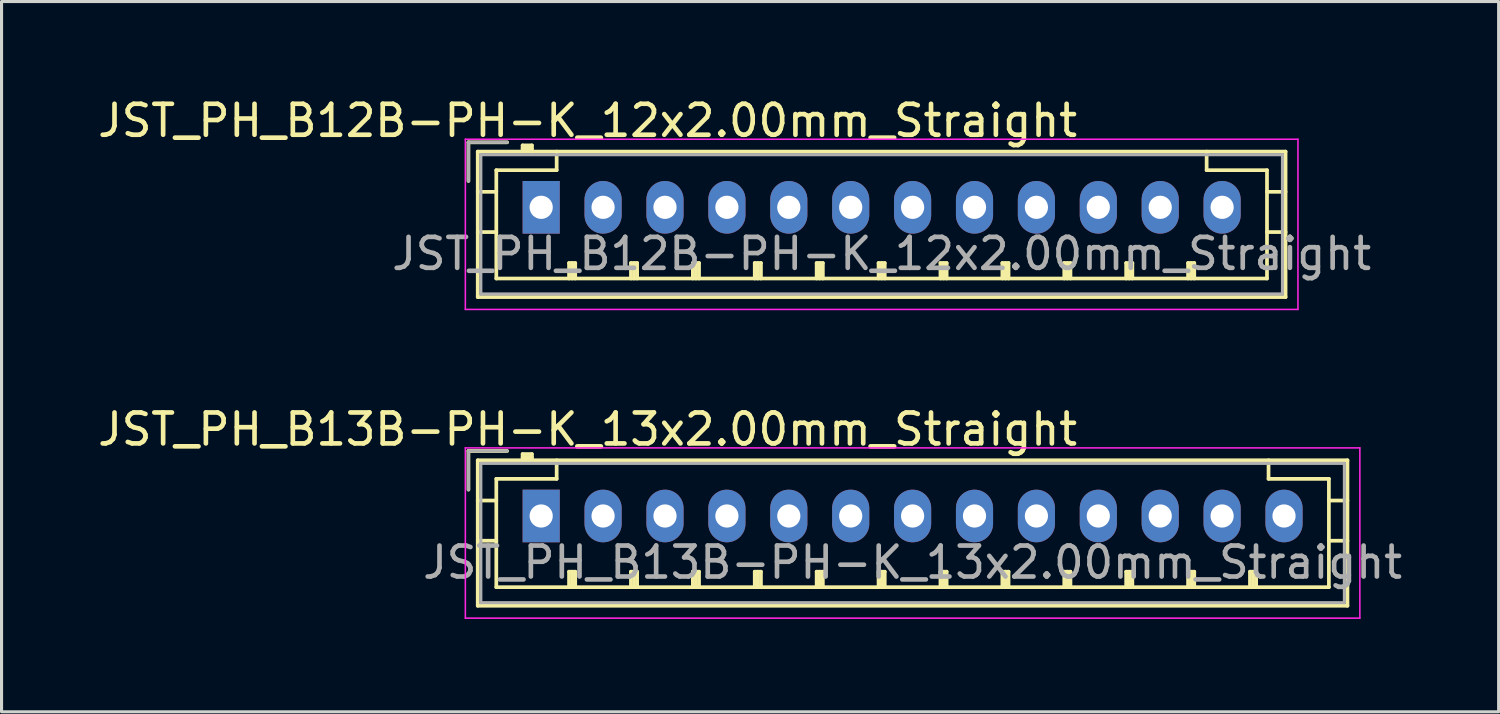
<source format=kicad_pcb>
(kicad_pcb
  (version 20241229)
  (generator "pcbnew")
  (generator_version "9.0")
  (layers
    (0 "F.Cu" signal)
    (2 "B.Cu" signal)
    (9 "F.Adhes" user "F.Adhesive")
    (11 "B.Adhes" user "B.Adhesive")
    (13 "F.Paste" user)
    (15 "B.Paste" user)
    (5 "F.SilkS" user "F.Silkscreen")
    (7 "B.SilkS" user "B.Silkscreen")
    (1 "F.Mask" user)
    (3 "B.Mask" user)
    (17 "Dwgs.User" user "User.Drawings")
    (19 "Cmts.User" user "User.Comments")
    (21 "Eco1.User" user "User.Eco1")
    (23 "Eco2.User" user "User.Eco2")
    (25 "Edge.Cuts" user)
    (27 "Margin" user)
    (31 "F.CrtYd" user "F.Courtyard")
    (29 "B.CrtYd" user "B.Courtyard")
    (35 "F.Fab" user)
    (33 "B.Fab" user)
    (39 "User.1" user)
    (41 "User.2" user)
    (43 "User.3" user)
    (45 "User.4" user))
  (footprint "JST_PH_B12B-PH-K_12x2.00mm_Straight"
    (layer "F.Cu")
    (at 14.435 3.648)
    (property "Reference" "JST_PH_B12B-PH-K_12x2.00mm_Straight" (at 1.5 -2.8 0) (layer "F.SilkS") (effects (font (size 1 1) (thickness 0.15))))
    (attr through_hole)
    (fp_line (start -2.35 -2.1) (end -2.35 -0.85) (stroke (width 0.12) (type solid)) (layer "F.SilkS"))
    (fp_line (start -2.05 -1.8) (end -2.05 2.9) (stroke (width 0.12) (type solid)) (layer "F.SilkS"))
    (fp_line (start -2.05 -0.5) (end -1.45 -0.5) (stroke (width 0.12) (type solid)) (layer "F.SilkS"))
    (fp_line (start -2.05 0.8) (end -1.45 0.8) (stroke (width 0.12) (type solid)) (layer "F.SilkS"))
    (fp_line (start -2.05 2.9) (end 24.05 2.9) (stroke (width 0.12) (type solid)) (layer "F.SilkS"))
    (fp_line (start -1.45 -1.2) (end -1.45 2.3) (stroke (width 0.12) (type solid)) (layer "F.SilkS"))
    (fp_line (start -1.45 2.3) (end 23.45 2.3) (stroke (width 0.12) (type solid)) (layer "F.SilkS"))
    (fp_line (start -1.1 -2.1) (end -2.35 -2.1) (stroke (width 0.12) (type solid)) (layer "F.SilkS"))
    (fp_line (start -0.6 -2) (end -0.6 -1.8) (stroke (width 0.12) (type solid)) (layer "F.SilkS"))
    (fp_line (start -0.3 -2) (end -0.6 -2) (stroke (width 0.12) (type solid)) (layer "F.SilkS"))
    (fp_line (start -0.3 -1.9) (end -0.6 -1.9) (stroke (width 0.12) (type solid)) (layer "F.SilkS"))
    (fp_line (start -0.3 -1.8) (end -0.3 -2) (stroke (width 0.12) (type solid)) (layer "F.SilkS"))
    (fp_line (start 0.5 -1.8) (end 0.5 -1.2) (stroke (width 0.12) (type solid)) (layer "F.SilkS"))
    (fp_line (start 0.5 -1.2) (end -1.45 -1.2) (stroke (width 0.12) (type solid)) (layer "F.SilkS"))
    (fp_line (start 0.9 1.8) (end 1.1 1.8) (stroke (width 0.12) (type solid)) (layer "F.SilkS"))
    (fp_line (start 0.9 2.3) (end 0.9 1.8) (stroke (width 0.12) (type solid)) (layer "F.SilkS"))
    (fp_line (start 1 2.3) (end 1 1.8) (stroke (width 0.12) (type solid)) (layer "F.SilkS"))
    (fp_line (start 1.1 1.8) (end 1.1 2.3) (stroke (width 0.12) (type solid)) (layer "F.SilkS"))
    (fp_line (start 2.9 1.8) (end 3.1 1.8) (stroke (width 0.12) (type solid)) (layer "F.SilkS"))
    (fp_line (start 2.9 2.3) (end 2.9 1.8) (stroke (width 0.12) (type solid)) (layer "F.SilkS"))
    (fp_line (start 3 2.3) (end 3 1.8) (stroke (width 0.12) (type solid)) (layer "F.SilkS"))
    (fp_line (start 3.1 1.8) (end 3.1 2.3) (stroke (width 0.12) (type solid)) (layer "F.SilkS"))
    (fp_line (start 4.9 1.8) (end 5.1 1.8) (stroke (width 0.12) (type solid)) (layer "F.SilkS"))
    (fp_line (start 4.9 2.3) (end 4.9 1.8) (stroke (width 0.12) (type solid)) (layer "F.SilkS"))
    (fp_line (start 5 2.3) (end 5 1.8) (stroke (width 0.12) (type solid)) (layer "F.SilkS"))
    (fp_line (start 5.1 1.8) (end 5.1 2.3) (stroke (width 0.12) (type solid)) (layer "F.SilkS"))
    (fp_line (start 6.9 1.8) (end 7.1 1.8) (stroke (width 0.12) (type solid)) (layer "F.SilkS"))
    (fp_line (start 6.9 2.3) (end 6.9 1.8) (stroke (width 0.12) (type solid)) (layer "F.SilkS"))
    (fp_line (start 7 2.3) (end 7 1.8) (stroke (width 0.12) (type solid)) (layer "F.SilkS"))
    (fp_line (start 7.1 1.8) (end 7.1 2.3) (stroke (width 0.12) (type solid)) (layer "F.SilkS"))
    (fp_line (start 8.9 1.8) (end 9.1 1.8) (stroke (width 0.12) (type solid)) (layer "F.SilkS"))
    (fp_line (start 8.9 2.3) (end 8.9 1.8) (stroke (width 0.12) (type solid)) (layer "F.SilkS"))
    (fp_line (start 9 2.3) (end 9 1.8) (stroke (width 0.12) (type solid)) (layer "F.SilkS"))
    (fp_line (start 9.1 1.8) (end 9.1 2.3) (stroke (width 0.12) (type solid)) (layer "F.SilkS"))
    (fp_line (start 10.9 1.8) (end 11.1 1.8) (stroke (width 0.12) (type solid)) (layer "F.SilkS"))
    (fp_line (start 10.9 2.3) (end 10.9 1.8) (stroke (width 0.12) (type solid)) (layer "F.SilkS"))
    (fp_line (start 11 2.3) (end 11 1.8) (stroke (width 0.12) (type solid)) (layer "F.SilkS"))
    (fp_line (start 11.1 1.8) (end 11.1 2.3) (stroke (width 0.12) (type solid)) (layer "F.SilkS"))
    (fp_line (start 12.9 1.8) (end 13.1 1.8) (stroke (width 0.12) (type solid)) (layer "F.SilkS"))
    (fp_line (start 12.9 2.3) (end 12.9 1.8) (stroke (width 0.12) (type solid)) (layer "F.SilkS"))
    (fp_line (start 13 2.3) (end 13 1.8) (stroke (width 0.12) (type solid)) (layer "F.SilkS"))
    (fp_line (start 13.1 1.8) (end 13.1 2.3) (stroke (width 0.12) (type solid)) (layer "F.SilkS"))
    (fp_line (start 14.9 1.8) (end 15.1 1.8) (stroke (width 0.12) (type solid)) (layer "F.SilkS"))
    (fp_line (start 14.9 2.3) (end 14.9 1.8) (stroke (width 0.12) (type solid)) (layer "F.SilkS"))
    (fp_line (start 15 2.3) (end 15 1.8) (stroke (width 0.12) (type solid)) (layer "F.SilkS"))
    (fp_line (start 15.1 1.8) (end 15.1 2.3) (stroke (width 0.12) (type solid)) (layer "F.SilkS"))
    (fp_line (start 16.9 1.8) (end 17.1 1.8) (stroke (width 0.12) (type solid)) (layer "F.SilkS"))
    (fp_line (start 16.9 2.3) (end 16.9 1.8) (stroke (width 0.12) (type solid)) (layer "F.SilkS"))
    (fp_line (start 17 2.3) (end 17 1.8) (stroke (width 0.12) (type solid)) (layer "F.SilkS"))
    (fp_line (start 17.1 1.8) (end 17.1 2.3) (stroke (width 0.12) (type solid)) (layer "F.SilkS"))
    (fp_line (start 18.9 1.8) (end 19.1 1.8) (stroke (width 0.12) (type solid)) (layer "F.SilkS"))
    (fp_line (start 18.9 2.3) (end 18.9 1.8) (stroke (width 0.12) (type solid)) (layer "F.SilkS"))
    (fp_line (start 19 2.3) (end 19 1.8) (stroke (width 0.12) (type solid)) (layer "F.SilkS"))
    (fp_line (start 19.1 1.8) (end 19.1 2.3) (stroke (width 0.12) (type solid)) (layer "F.SilkS"))
    (fp_line (start 20.9 1.8) (end 21.1 1.8) (stroke (width 0.12) (type solid)) (layer "F.SilkS"))
    (fp_line (start 20.9 2.3) (end 20.9 1.8) (stroke (width 0.12) (type solid)) (layer "F.SilkS"))
    (fp_line (start 21 2.3) (end 21 1.8) (stroke (width 0.12) (type solid)) (layer "F.SilkS"))
    (fp_line (start 21.1 1.8) (end 21.1 2.3) (stroke (width 0.12) (type solid)) (layer "F.SilkS"))
    (fp_line (start 21.5 -1.2) (end 21.5 -1.8) (stroke (width 0.12) (type solid)) (layer "F.SilkS"))
    (fp_line (start 23.45 -1.2) (end 21.5 -1.2) (stroke (width 0.12) (type solid)) (layer "F.SilkS"))
    (fp_line (start 23.45 2.3) (end 23.45 -1.2) (stroke (width 0.12) (type solid)) (layer "F.SilkS"))
    (fp_line (start 24.05 -1.8) (end -2.05 -1.8) (stroke (width 0.12) (type solid)) (layer "F.SilkS"))
    (fp_line (start 24.05 -0.5) (end 23.45 -0.5) (stroke (width 0.12) (type solid)) (layer "F.SilkS"))
    (fp_line (start 24.05 0.8) (end 23.45 0.8) (stroke (width 0.12) (type solid)) (layer "F.SilkS"))
    (fp_line (start 24.05 2.9) (end 24.05 -1.8) (stroke (width 0.12) (type solid)) (layer "F.SilkS"))
    (fp_line (start -2.45 -2.2) (end -2.45 3.3) (stroke (width 0.05) (type solid)) (layer "F.CrtYd"))
    (fp_line (start -2.45 3.3) (end 24.45 3.3) (stroke (width 0.05) (type solid)) (layer "F.CrtYd"))
    (fp_line (start 24.45 -2.2) (end -2.45 -2.2) (stroke (width 0.05) (type solid)) (layer "F.CrtYd"))
    (fp_line (start 24.45 3.3) (end 24.45 -2.2) (stroke (width 0.05) (type solid)) (layer "F.CrtYd"))
    (fp_line (start -2.35 -2.1) (end -2.35 -0.85) (stroke (width 0.1) (type solid)) (layer "F.Fab"))
    (fp_line (start -1.95 -1.7) (end -1.95 2.8) (stroke (width 0.1) (type solid)) (layer "F.Fab"))
    (fp_line (start -1.95 2.8) (end 23.95 2.8) (stroke (width 0.1) (type solid)) (layer "F.Fab"))
    (fp_line (start -1.1 -2.1) (end -2.35 -2.1) (stroke (width 0.1) (type solid)) (layer "F.Fab"))
    (fp_line (start 23.95 -1.7) (end -1.95 -1.7) (stroke (width 0.1) (type solid)) (layer "F.Fab"))
    (fp_line (start 23.95 2.8) (end 23.95 -1.7) (stroke (width 0.1) (type solid)) (layer "F.Fab"))
    (fp_text user "${REFERENCE}" (at 11 1.5 0) (layer "F.Fab") (effects (font (size 1 1) (thickness 0.15))))
    (pad "1" thru_hole rect (at 0 0) (size 1.2 1.7) (drill 0.75) (layers "*.Cu" "*.Mask"))
    (pad "2" thru_hole oval (at 2 0) (size 1.2 1.7) (drill 0.75) (layers "*.Cu" "*.Mask"))
    (pad "3" thru_hole oval (at 4 0) (size 1.2 1.7) (drill 0.75) (layers "*.Cu" "*.Mask"))
    (pad "4" thru_hole oval (at 6 0) (size 1.2 1.7) (drill 0.75) (layers "*.Cu" "*.Mask"))
    (pad "5" thru_hole oval (at 8 0) (size 1.2 1.7) (drill 0.75) (layers "*.Cu" "*.Mask"))
    (pad "6" thru_hole oval (at 10 0) (size 1.2 1.7) (drill 0.75) (layers "*.Cu" "*.Mask"))
    (pad "7" thru_hole oval (at 12 0) (size 1.2 1.7) (drill 0.75) (layers "*.Cu" "*.Mask"))
    (pad "8" thru_hole oval (at 14 0) (size 1.2 1.7) (drill 0.75) (layers "*.Cu" "*.Mask"))
    (pad "9" thru_hole oval (at 16 0) (size 1.2 1.7) (drill 0.75) (layers "*.Cu" "*.Mask"))
    (pad "10" thru_hole oval (at 18 0) (size 1.2 1.7) (drill 0.75) (layers "*.Cu" "*.Mask"))
    (pad "11" thru_hole oval (at 20 0) (size 1.2 1.7) (drill 0.75) (layers "*.Cu" "*.Mask"))
    (pad "12" thru_hole oval (at 22 0) (size 1.2 1.7) (drill 0.75) (layers "*.Cu" "*.Mask")))
  (footprint "JST_PH_B13B-PH-K_13x2.00mm_Straight"
    (layer "F.Cu")
    (at 14.435 13.621)
    (property "Reference" "JST_PH_B13B-PH-K_13x2.00mm_Straight" (at 1.5 -2.8 0) (layer "F.SilkS") (effects (font (size 1 1) (thickness 0.15))))
    (attr through_hole)
    (fp_line (start -2.35 -2.1) (end -2.35 -0.85) (stroke (width 0.12) (type solid)) (layer "F.SilkS"))
    (fp_line (start -2.05 -1.8) (end -2.05 2.9) (stroke (width 0.12) (type solid)) (layer "F.SilkS"))
    (fp_line (start -2.05 -0.5) (end -1.45 -0.5) (stroke (width 0.12) (type solid)) (layer "F.SilkS"))
    (fp_line (start -2.05 0.8) (end -1.45 0.8) (stroke (width 0.12) (type solid)) (layer "F.SilkS"))
    (fp_line (start -2.05 2.9) (end 26.05 2.9) (stroke (width 0.12) (type solid)) (layer "F.SilkS"))
    (fp_line (start -1.45 -1.2) (end -1.45 2.3) (stroke (width 0.12) (type solid)) (layer "F.SilkS"))
    (fp_line (start -1.45 2.3) (end 25.45 2.3) (stroke (width 0.12) (type solid)) (layer "F.SilkS"))
    (fp_line (start -1.1 -2.1) (end -2.35 -2.1) (stroke (width 0.12) (type solid)) (layer "F.SilkS"))
    (fp_line (start -0.6 -2) (end -0.6 -1.8) (stroke (width 0.12) (type solid)) (layer "F.SilkS"))
    (fp_line (start -0.3 -2) (end -0.6 -2) (stroke (width 0.12) (type solid)) (layer "F.SilkS"))
    (fp_line (start -0.3 -1.9) (end -0.6 -1.9) (stroke (width 0.12) (type solid)) (layer "F.SilkS"))
    (fp_line (start -0.3 -1.8) (end -0.3 -2) (stroke (width 0.12) (type solid)) (layer "F.SilkS"))
    (fp_line (start 0.5 -1.8) (end 0.5 -1.2) (stroke (width 0.12) (type solid)) (layer "F.SilkS"))
    (fp_line (start 0.5 -1.2) (end -1.45 -1.2) (stroke (width 0.12) (type solid)) (layer "F.SilkS"))
    (fp_line (start 0.9 1.8) (end 1.1 1.8) (stroke (width 0.12) (type solid)) (layer "F.SilkS"))
    (fp_line (start 0.9 2.3) (end 0.9 1.8) (stroke (width 0.12) (type solid)) (layer "F.SilkS"))
    (fp_line (start 1 2.3) (end 1 1.8) (stroke (width 0.12) (type solid)) (layer "F.SilkS"))
    (fp_line (start 1.1 1.8) (end 1.1 2.3) (stroke (width 0.12) (type solid)) (layer "F.SilkS"))
    (fp_line (start 2.9 1.8) (end 3.1 1.8) (stroke (width 0.12) (type solid)) (layer "F.SilkS"))
    (fp_line (start 2.9 2.3) (end 2.9 1.8) (stroke (width 0.12) (type solid)) (layer "F.SilkS"))
    (fp_line (start 3 2.3) (end 3 1.8) (stroke (width 0.12) (type solid)) (layer "F.SilkS"))
    (fp_line (start 3.1 1.8) (end 3.1 2.3) (stroke (width 0.12) (type solid)) (layer "F.SilkS"))
    (fp_line (start 4.9 1.8) (end 5.1 1.8) (stroke (width 0.12) (type solid)) (layer "F.SilkS"))
    (fp_line (start 4.9 2.3) (end 4.9 1.8) (stroke (width 0.12) (type solid)) (layer "F.SilkS"))
    (fp_line (start 5 2.3) (end 5 1.8) (stroke (width 0.12) (type solid)) (layer "F.SilkS"))
    (fp_line (start 5.1 1.8) (end 5.1 2.3) (stroke (width 0.12) (type solid)) (layer "F.SilkS"))
    (fp_line (start 6.9 1.8) (end 7.1 1.8) (stroke (width 0.12) (type solid)) (layer "F.SilkS"))
    (fp_line (start 6.9 2.3) (end 6.9 1.8) (stroke (width 0.12) (type solid)) (layer "F.SilkS"))
    (fp_line (start 7 2.3) (end 7 1.8) (stroke (width 0.12) (type solid)) (layer "F.SilkS"))
    (fp_line (start 7.1 1.8) (end 7.1 2.3) (stroke (width 0.12) (type solid)) (layer "F.SilkS"))
    (fp_line (start 8.9 1.8) (end 9.1 1.8) (stroke (width 0.12) (type solid)) (layer "F.SilkS"))
    (fp_line (start 8.9 2.3) (end 8.9 1.8) (stroke (width 0.12) (type solid)) (layer "F.SilkS"))
    (fp_line (start 9 2.3) (end 9 1.8) (stroke (width 0.12) (type solid)) (layer "F.SilkS"))
    (fp_line (start 9.1 1.8) (end 9.1 2.3) (stroke (width 0.12) (type solid)) (layer "F.SilkS"))
    (fp_line (start 10.9 1.8) (end 11.1 1.8) (stroke (width 0.12) (type solid)) (layer "F.SilkS"))
    (fp_line (start 10.9 2.3) (end 10.9 1.8) (stroke (width 0.12) (type solid)) (layer "F.SilkS"))
    (fp_line (start 11 2.3) (end 11 1.8) (stroke (width 0.12) (type solid)) (layer "F.SilkS"))
    (fp_line (start 11.1 1.8) (end 11.1 2.3) (stroke (width 0.12) (type solid)) (layer "F.SilkS"))
    (fp_line (start 12.9 1.8) (end 13.1 1.8) (stroke (width 0.12) (type solid)) (layer "F.SilkS"))
    (fp_line (start 12.9 2.3) (end 12.9 1.8) (stroke (width 0.12) (type solid)) (layer "F.SilkS"))
    (fp_line (start 13 2.3) (end 13 1.8) (stroke (width 0.12) (type solid)) (layer "F.SilkS"))
    (fp_line (start 13.1 1.8) (end 13.1 2.3) (stroke (width 0.12) (type solid)) (layer "F.SilkS"))
    (fp_line (start 14.9 1.8) (end 15.1 1.8) (stroke (width 0.12) (type solid)) (layer "F.SilkS"))
    (fp_line (start 14.9 2.3) (end 14.9 1.8) (stroke (width 0.12) (type solid)) (layer "F.SilkS"))
    (fp_line (start 15 2.3) (end 15 1.8) (stroke (width 0.12) (type solid)) (layer "F.SilkS"))
    (fp_line (start 15.1 1.8) (end 15.1 2.3) (stroke (width 0.12) (type solid)) (layer "F.SilkS"))
    (fp_line (start 16.9 1.8) (end 17.1 1.8) (stroke (width 0.12) (type solid)) (layer "F.SilkS"))
    (fp_line (start 16.9 2.3) (end 16.9 1.8) (stroke (width 0.12) (type solid)) (layer "F.SilkS"))
    (fp_line (start 17 2.3) (end 17 1.8) (stroke (width 0.12) (type solid)) (layer "F.SilkS"))
    (fp_line (start 17.1 1.8) (end 17.1 2.3) (stroke (width 0.12) (type solid)) (layer "F.SilkS"))
    (fp_line (start 18.9 1.8) (end 19.1 1.8) (stroke (width 0.12) (type solid)) (layer "F.SilkS"))
    (fp_line (start 18.9 2.3) (end 18.9 1.8) (stroke (width 0.12) (type solid)) (layer "F.SilkS"))
    (fp_line (start 19 2.3) (end 19 1.8) (stroke (width 0.12) (type solid)) (layer "F.SilkS"))
    (fp_line (start 19.1 1.8) (end 19.1 2.3) (stroke (width 0.12) (type solid)) (layer "F.SilkS"))
    (fp_line (start 20.9 1.8) (end 21.1 1.8) (stroke (width 0.12) (type solid)) (layer "F.SilkS"))
    (fp_line (start 20.9 2.3) (end 20.9 1.8) (stroke (width 0.12) (type solid)) (layer "F.SilkS"))
    (fp_line (start 21 2.3) (end 21 1.8) (stroke (width 0.12) (type solid)) (layer "F.SilkS"))
    (fp_line (start 21.1 1.8) (end 21.1 2.3) (stroke (width 0.12) (type solid)) (layer "F.SilkS"))
    (fp_line (start 22.9 1.8) (end 23.1 1.8) (stroke (width 0.12) (type solid)) (layer "F.SilkS"))
    (fp_line (start 22.9 2.3) (end 22.9 1.8) (stroke (width 0.12) (type solid)) (layer "F.SilkS"))
    (fp_line (start 23 2.3) (end 23 1.8) (stroke (width 0.12) (type solid)) (layer "F.SilkS"))
    (fp_line (start 23.1 1.8) (end 23.1 2.3) (stroke (width 0.12) (type solid)) (layer "F.SilkS"))
    (fp_line (start 23.5 -1.2) (end 23.5 -1.8) (stroke (width 0.12) (type solid)) (layer "F.SilkS"))
    (fp_line (start 25.45 -1.2) (end 23.5 -1.2) (stroke (width 0.12) (type solid)) (layer "F.SilkS"))
    (fp_line (start 25.45 2.3) (end 25.45 -1.2) (stroke (width 0.12) (type solid)) (layer "F.SilkS"))
    (fp_line (start 26.05 -1.8) (end -2.05 -1.8) (stroke (width 0.12) (type solid)) (layer "F.SilkS"))
    (fp_line (start 26.05 -0.5) (end 25.45 -0.5) (stroke (width 0.12) (type solid)) (layer "F.SilkS"))
    (fp_line (start 26.05 0.8) (end 25.45 0.8) (stroke (width 0.12) (type solid)) (layer "F.SilkS"))
    (fp_line (start 26.05 2.9) (end 26.05 -1.8) (stroke (width 0.12) (type solid)) (layer "F.SilkS"))
    (fp_line (start -2.45 -2.2) (end -2.45 3.3) (stroke (width 0.05) (type solid)) (layer "F.CrtYd"))
    (fp_line (start -2.45 3.3) (end 26.45 3.3) (stroke (width 0.05) (type solid)) (layer "F.CrtYd"))
    (fp_line (start 26.45 -2.2) (end -2.45 -2.2) (stroke (width 0.05) (type solid)) (layer "F.CrtYd"))
    (fp_line (start 26.45 3.3) (end 26.45 -2.2) (stroke (width 0.05) (type solid)) (layer "F.CrtYd"))
    (fp_line (start -2.35 -2.1) (end -2.35 -0.85) (stroke (width 0.1) (type solid)) (layer "F.Fab"))
    (fp_line (start -1.95 -1.7) (end -1.95 2.8) (stroke (width 0.1) (type solid)) (layer "F.Fab"))
    (fp_line (start -1.95 2.8) (end 25.95 2.8) (stroke (width 0.1) (type solid)) (layer "F.Fab"))
    (fp_line (start -1.1 -2.1) (end -2.35 -2.1) (stroke (width 0.1) (type solid)) (layer "F.Fab"))
    (fp_line (start 25.95 -1.7) (end -1.95 -1.7) (stroke (width 0.1) (type solid)) (layer "F.Fab"))
    (fp_line (start 25.95 2.8) (end 25.95 -1.7) (stroke (width 0.1) (type solid)) (layer "F.Fab"))
    (fp_text user "${REFERENCE}" (at 12 1.5 0) (layer "F.Fab") (effects (font (size 1 1) (thickness 0.15))))
    (pad "1" thru_hole rect (at 0 0) (size 1.2 1.7) (drill 0.75) (layers "*.Cu" "*.Mask"))
    (pad "2" thru_hole oval (at 2 0) (size 1.2 1.7) (drill 0.75) (layers "*.Cu" "*.Mask"))
    (pad "3" thru_hole oval (at 4 0) (size 1.2 1.7) (drill 0.75) (layers "*.Cu" "*.Mask"))
    (pad "4" thru_hole oval (at 6 0) (size 1.2 1.7) (drill 0.75) (layers "*.Cu" "*.Mask"))
    (pad "5" thru_hole oval (at 8 0) (size 1.2 1.7) (drill 0.75) (layers "*.Cu" "*.Mask"))
    (pad "6" thru_hole oval (at 10 0) (size 1.2 1.7) (drill 0.75) (layers "*.Cu" "*.Mask"))
    (pad "7" thru_hole oval (at 12 0) (size 1.2 1.7) (drill 0.75) (layers "*.Cu" "*.Mask"))
    (pad "8" thru_hole oval (at 14 0) (size 1.2 1.7) (drill 0.75) (layers "*.Cu" "*.Mask"))
    (pad "9" thru_hole oval (at 16 0) (size 1.2 1.7) (drill 0.75) (layers "*.Cu" "*.Mask"))
    (pad "10" thru_hole oval (at 18 0) (size 1.2 1.7) (drill 0.75) (layers "*.Cu" "*.Mask"))
    (pad "11" thru_hole oval (at 20 0) (size 1.2 1.7) (drill 0.75) (layers "*.Cu" "*.Mask"))
    (pad "12" thru_hole oval (at 22 0) (size 1.2 1.7) (drill 0.75) (layers "*.Cu" "*.Mask"))
    (pad "13" thru_hole oval (at 24 0) (size 1.2 1.7) (drill 0.75) (layers "*.Cu" "*.Mask")))
  (gr_rect
    (start -3 -3)
    (end 45.369 19.947)
    (stroke (width 0.1) (type default))
    (fill no)
    (layer "Edge.Cuts")))
</source>
